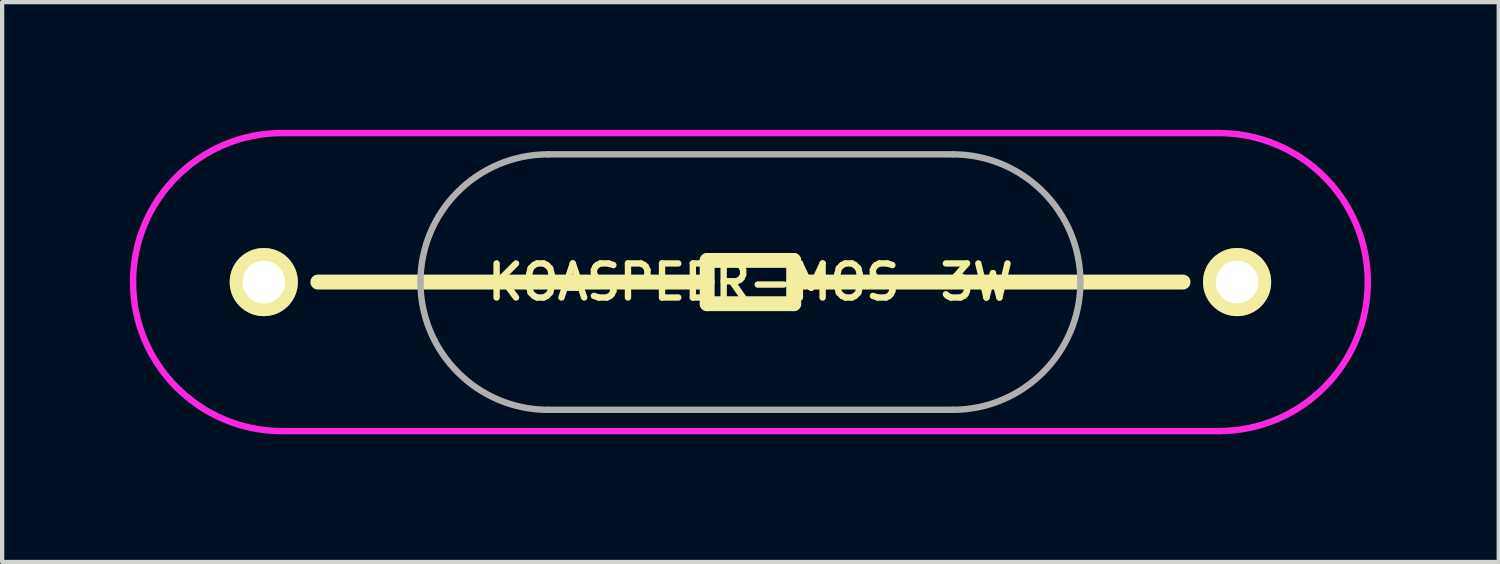
<source format=kicad_pcb>
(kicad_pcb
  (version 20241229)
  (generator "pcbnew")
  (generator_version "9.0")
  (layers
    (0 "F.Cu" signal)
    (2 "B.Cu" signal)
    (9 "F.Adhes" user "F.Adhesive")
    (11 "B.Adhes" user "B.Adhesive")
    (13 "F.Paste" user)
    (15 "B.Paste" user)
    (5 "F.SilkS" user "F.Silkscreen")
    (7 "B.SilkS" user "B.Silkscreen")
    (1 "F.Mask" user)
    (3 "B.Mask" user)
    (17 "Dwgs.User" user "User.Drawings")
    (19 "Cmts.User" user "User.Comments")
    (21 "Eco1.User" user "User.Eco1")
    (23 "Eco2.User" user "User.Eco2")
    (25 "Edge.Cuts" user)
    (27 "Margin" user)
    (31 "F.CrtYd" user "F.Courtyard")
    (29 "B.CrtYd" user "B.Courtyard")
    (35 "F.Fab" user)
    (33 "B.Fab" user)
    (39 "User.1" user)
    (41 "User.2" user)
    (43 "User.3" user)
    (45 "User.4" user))
  (footprint "KOASPEER-MOS-3W"
    (layer "F.Cu")
    (at 14.575 3.575)
    (property "Reference" "KOASPEER-MOS-3W" (at 0 0 0) (layer "F.SilkS") (effects (font (size 0.8 0.8) (thickness 0.15))))
    (attr through_hole)
    (fp_line (start -1.016 -0.508) (end -1.016 0.508) (stroke (width 0.35) (type solid)) (layer "F.SilkS"))
    (fp_line (start -1.016 0) (end -10.16 0) (stroke (width 0.35) (type solid)) (layer "F.SilkS"))
    (fp_line (start -1.016 0.508) (end 1.016 0.508) (stroke (width 0.35) (type solid)) (layer "F.SilkS"))
    (fp_line (start 1.016 -0.508) (end -1.016 -0.508) (stroke (width 0.35) (type solid)) (layer "F.SilkS"))
    (fp_line (start 1.016 0) (end 10.16 0) (stroke (width 0.35) (type solid)) (layer "F.SilkS"))
    (fp_line (start 1.016 0.508) (end 1.016 -0.508) (stroke (width 0.35) (type solid)) (layer "F.SilkS"))
    (fp_line (start -11 3.5) (end 11 3.5) (stroke (width 0.15) (type solid)) (layer "F.CrtYd"))
    (fp_line (start 11 -3.5) (end -11 -3.5) (stroke (width 0.15) (type solid)) (layer "F.CrtYd"))
    (fp_arc (start -14.5 0) (mid -13.474874 -2.474874) (end -11 -3.5) (stroke (width 0.15) (type solid)) (layer "F.CrtYd"))
    (fp_arc (start -11 3.5) (mid -13.474874 2.474874) (end -14.5 0) (stroke (width 0.15) (type solid)) (layer "F.CrtYd"))
    (fp_arc (start 11 -3.5) (mid 13.474874 -2.474874) (end 14.5 0) (stroke (width 0.15) (type solid)) (layer "F.CrtYd"))
    (fp_arc (start 14.5 0) (mid 13.474874 2.474874) (end 11 3.5) (stroke (width 0.15) (type solid)) (layer "F.CrtYd"))
    (fp_line (start -4.75 3) (end 4.75 3) (stroke (width 0.15) (type solid)) (layer "F.Fab"))
    (fp_line (start 4.75 -3) (end -4.75 -3) (stroke (width 0.15) (type solid)) (layer "F.Fab"))
    (fp_arc (start -7.75 0) (mid -6.87132 -2.12132) (end -4.75 -3) (stroke (width 0.15) (type solid)) (layer "F.Fab"))
    (fp_arc (start -4.75 3) (mid -6.87132 2.12132) (end -7.75 0) (stroke (width 0.15) (type solid)) (layer "F.Fab"))
    (fp_arc (start 4.75 -3) (mid 6.87132 -2.12132) (end 7.75 0) (stroke (width 0.15) (type solid)) (layer "F.Fab"))
    (fp_arc (start 7.75 0) (mid 6.87132 2.12132) (end 4.75 3) (stroke (width 0.15) (type solid)) (layer "F.Fab"))
    (pad "1" thru_hole circle (at -11.43 0) (size 1.6 1.6) (drill 1) (layers "*.Cu" "*.Mask" "F.SilkS"))
    (pad "2" thru_hole circle (at 11.43 0) (size 1.6 1.6) (drill 1) (layers "*.Cu" "*.Mask" "F.SilkS")))
  (gr_rect
    (start -3 -3)
    (end 32.15 10.15)
    (stroke (width 0.1) (type default))
    (fill no)
    (layer "Edge.Cuts")))
</source>
